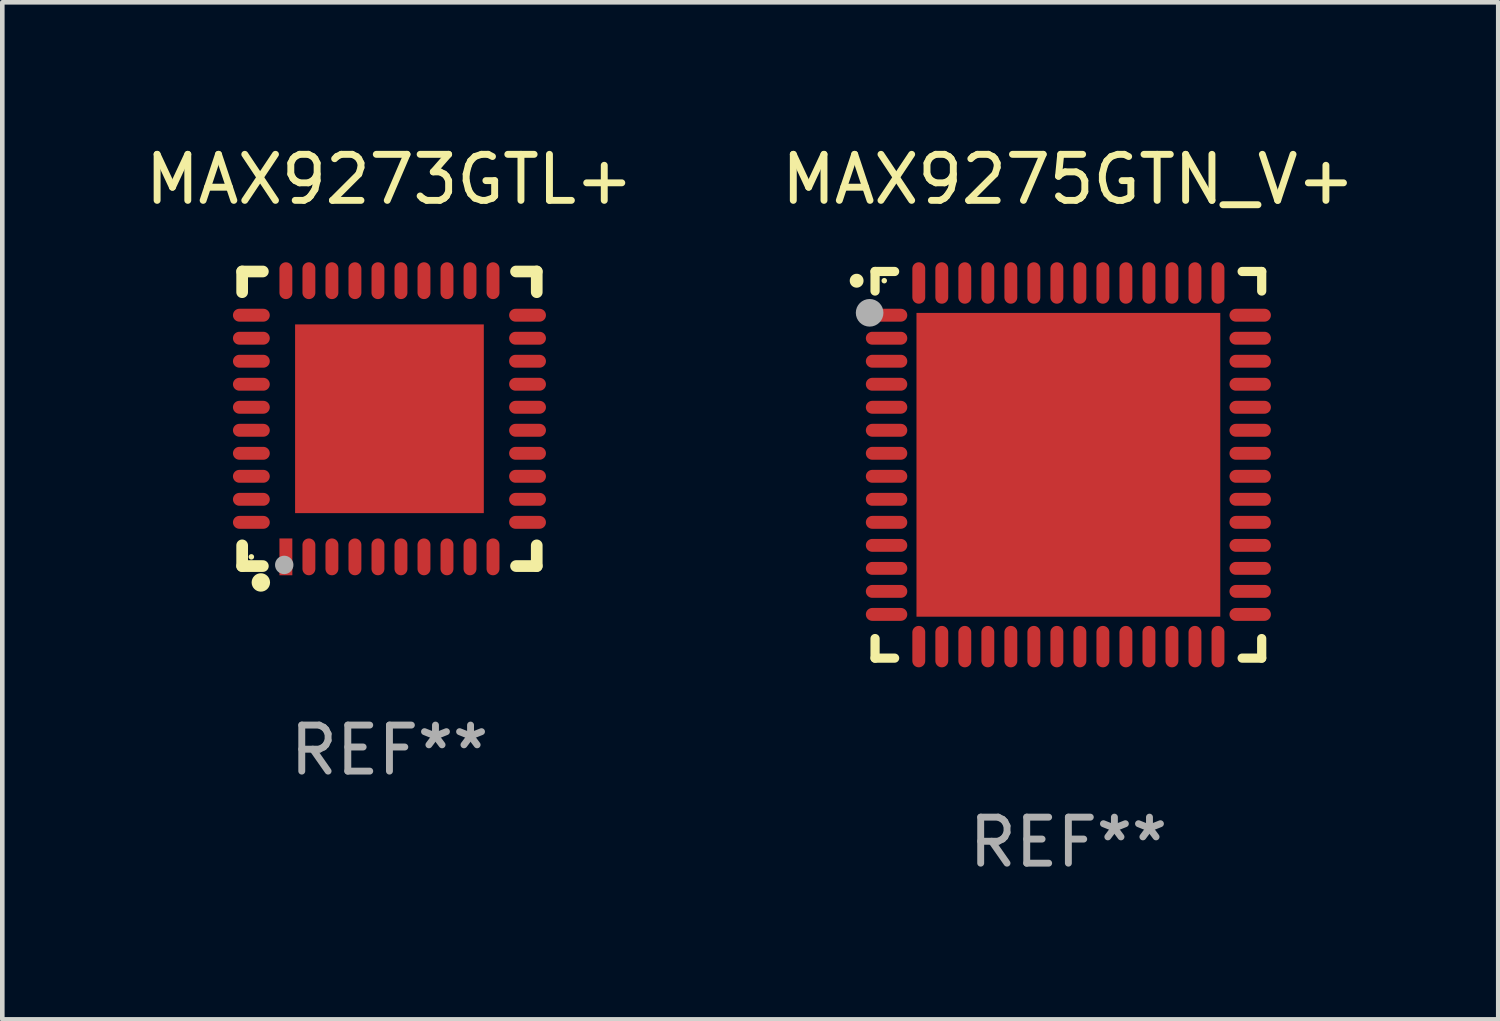
<source format=kicad_pcb>
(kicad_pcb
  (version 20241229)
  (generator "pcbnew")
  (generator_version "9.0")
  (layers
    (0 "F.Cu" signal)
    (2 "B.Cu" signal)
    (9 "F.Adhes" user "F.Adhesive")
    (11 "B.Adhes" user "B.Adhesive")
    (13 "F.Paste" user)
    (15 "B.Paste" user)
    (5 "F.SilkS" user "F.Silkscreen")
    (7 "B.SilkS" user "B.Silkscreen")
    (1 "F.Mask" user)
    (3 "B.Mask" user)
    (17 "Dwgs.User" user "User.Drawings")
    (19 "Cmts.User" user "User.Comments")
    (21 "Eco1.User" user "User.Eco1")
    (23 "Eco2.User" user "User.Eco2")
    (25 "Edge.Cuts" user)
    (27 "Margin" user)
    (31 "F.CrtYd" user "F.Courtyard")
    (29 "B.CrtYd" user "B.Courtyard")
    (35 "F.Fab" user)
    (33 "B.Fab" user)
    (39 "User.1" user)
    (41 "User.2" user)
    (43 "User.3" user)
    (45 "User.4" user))
  (footprint "MAX9275GTN_V+"
    (layer "F.Cu")
    (at 20.161 7.048)
    (property "Reference" "MAX9275GTN_V+" (at 0 -6.2 0) (layer "F.SilkS") (effects (font (size 1 1) (thickness 0.15))))
    (attr through_hole)
    (fp_line (start -4.2 -4.2) (end -3.775 -4.2) (stroke (width 0.2) (type solid)) (layer "F.SilkS"))
    (fp_line (start -4.2 -3.775) (end -4.2 -4.2) (stroke (width 0.2) (type solid)) (layer "F.SilkS"))
    (fp_line (start -4.2 3.775) (end -4.2 4.2) (stroke (width 0.2) (type solid)) (layer "F.SilkS"))
    (fp_line (start -4.2 4.2) (end -3.775 4.2) (stroke (width 0.2) (type solid)) (layer "F.SilkS"))
    (fp_line (start 3.775 4.2) (end 4.2 4.2) (stroke (width 0.2) (type solid)) (layer "F.SilkS"))
    (fp_line (start 4.2 -4.2) (end 3.775 -4.2) (stroke (width 0.2) (type solid)) (layer "F.SilkS"))
    (fp_line (start 4.2 -3.775) (end 4.2 -4.2) (stroke (width 0.2) (type solid)) (layer "F.SilkS"))
    (fp_line (start 4.2 4.2) (end 4.2 3.775) (stroke (width 0.2) (type solid)) (layer "F.SilkS"))
    (fp_arc (start -4.599949 -3.997968) (mid -4.599954 -3.999238) (end -4.599949 -4.000508) (stroke (width 0.3) (type solid)) (layer "F.SilkS"))
    (fp_circle (center -4 -4) (end -3.97 -4) (stroke (width 0.06) (type solid)) (fill no) (layer "F.SilkS"))
    (fp_circle (center -4.318 -3.302) (end -4.168 -3.302) (stroke (width 0.3) (type solid)) (fill no) (layer "F.Fab"))
    (fp_text user "REF**" (at 0 8.2 0) (layer "F.Fab") (effects (font (size 1 1) (thickness 0.15))))
    (pad "1" smd oval (at -3.95 -3.25 90) (size 0.28 0.9) (layers "F.Cu" "F.Mask" "F.Paste"))
    (pad "2" smd oval (at -3.95 -2.75 90) (size 0.28 0.9) (layers "F.Cu" "F.Mask" "F.Paste"))
    (pad "3" smd oval (at -3.95 -2.25 90) (size 0.28 0.9) (layers "F.Cu" "F.Mask" "F.Paste"))
    (pad "4" smd oval (at -3.95 -1.75 90) (size 0.28 0.9) (layers "F.Cu" "F.Mask" "F.Paste"))
    (pad "5" smd oval (at -3.95 -1.25 90) (size 0.28 0.9) (layers "F.Cu" "F.Mask" "F.Paste"))
    (pad "6" smd oval (at -3.95 -0.75 90) (size 0.28 0.9) (layers "F.Cu" "F.Mask" "F.Paste"))
    (pad "7" smd oval (at -3.95 -0.25 90) (size 0.28 0.9) (layers "F.Cu" "F.Mask" "F.Paste"))
    (pad "8" smd oval (at -3.95 0.25 90) (size 0.28 0.9) (layers "F.Cu" "F.Mask" "F.Paste"))
    (pad "9" smd oval (at -3.95 0.75 90) (size 0.28 0.9) (layers "F.Cu" "F.Mask" "F.Paste"))
    (pad "10" smd oval (at -3.95 1.25 90) (size 0.28 0.9) (layers "F.Cu" "F.Mask" "F.Paste"))
    (pad "11" smd oval (at -3.95 1.75 90) (size 0.28 0.9) (layers "F.Cu" "F.Mask" "F.Paste"))
    (pad "12" smd oval (at -3.95 2.25 90) (size 0.28 0.9) (layers "F.Cu" "F.Mask" "F.Paste"))
    (pad "13" smd oval (at -3.95 2.75 90) (size 0.28 0.9) (layers "F.Cu" "F.Mask" "F.Paste"))
    (pad "14" smd oval (at -3.95 3.25 90) (size 0.28 0.9) (layers "F.Cu" "F.Mask" "F.Paste"))
    (pad "15" smd oval (at -3.25 3.95) (size 0.28 0.9) (layers "F.Cu" "F.Mask" "F.Paste"))
    (pad "16" smd oval (at -2.75 3.95) (size 0.28 0.9) (layers "F.Cu" "F.Mask" "F.Paste"))
    (pad "17" smd oval (at -2.25 3.95) (size 0.28 0.9) (layers "F.Cu" "F.Mask" "F.Paste"))
    (pad "18" smd oval (at -1.75 3.95) (size 0.28 0.9) (layers "F.Cu" "F.Mask" "F.Paste"))
    (pad "19" smd oval (at -1.25 3.95) (size 0.28 0.9) (layers "F.Cu" "F.Mask" "F.Paste"))
    (pad "20" smd oval (at -0.75 3.95) (size 0.28 0.9) (layers "F.Cu" "F.Mask" "F.Paste"))
    (pad "21" smd oval (at -0.25 3.95) (size 0.28 0.9) (layers "F.Cu" "F.Mask" "F.Paste"))
    (pad "22" smd oval (at 0.25 3.95) (size 0.28 0.9) (layers "F.Cu" "F.Mask" "F.Paste"))
    (pad "23" smd oval (at 0.75 3.95) (size 0.28 0.9) (layers "F.Cu" "F.Mask" "F.Paste"))
    (pad "24" smd oval (at 1.25 3.95) (size 0.28 0.9) (layers "F.Cu" "F.Mask" "F.Paste"))
    (pad "25" smd oval (at 1.75 3.95) (size 0.28 0.9) (layers "F.Cu" "F.Mask" "F.Paste"))
    (pad "26" smd oval (at 2.25 3.95) (size 0.28 0.9) (layers "F.Cu" "F.Mask" "F.Paste"))
    (pad "27" smd oval (at 2.75 3.95) (size 0.28 0.9) (layers "F.Cu" "F.Mask" "F.Paste"))
    (pad "28" smd oval (at 3.25 3.95) (size 0.28 0.9) (layers "F.Cu" "F.Mask" "F.Paste"))
    (pad "29" smd oval (at 3.95 3.25 90) (size 0.28 0.9) (layers "F.Cu" "F.Mask" "F.Paste"))
    (pad "30" smd oval (at 3.95 2.75 90) (size 0.28 0.9) (layers "F.Cu" "F.Mask" "F.Paste"))
    (pad "31" smd oval (at 3.95 2.25 90) (size 0.28 0.9) (layers "F.Cu" "F.Mask" "F.Paste"))
    (pad "32" smd oval (at 3.95 1.75 90) (size 0.28 0.9) (layers "F.Cu" "F.Mask" "F.Paste"))
    (pad "33" smd oval (at 3.95 1.25 90) (size 0.28 0.9) (layers "F.Cu" "F.Mask" "F.Paste"))
    (pad "34" smd oval (at 3.95 0.75 90) (size 0.28 0.9) (layers "F.Cu" "F.Mask" "F.Paste"))
    (pad "35" smd oval (at 3.95 0.25 90) (size 0.28 0.9) (layers "F.Cu" "F.Mask" "F.Paste"))
    (pad "36" smd oval (at 3.95 -0.25 90) (size 0.28 0.9) (layers "F.Cu" "F.Mask" "F.Paste"))
    (pad "37" smd oval (at 3.95 -0.75 90) (size 0.28 0.9) (layers "F.Cu" "F.Mask" "F.Paste"))
    (pad "38" smd oval (at 3.95 -1.25 90) (size 0.28 0.9) (layers "F.Cu" "F.Mask" "F.Paste"))
    (pad "39" smd oval (at 3.95 -1.75 90) (size 0.28 0.9) (layers "F.Cu" "F.Mask" "F.Paste"))
    (pad "40" smd oval (at 3.95 -2.25 90) (size 0.28 0.9) (layers "F.Cu" "F.Mask" "F.Paste"))
    (pad "41" smd oval (at 3.95 -2.75 90) (size 0.28 0.9) (layers "F.Cu" "F.Mask" "F.Paste"))
    (pad "42" smd oval (at 3.95 -3.25 90) (size 0.28 0.9) (layers "F.Cu" "F.Mask" "F.Paste"))
    (pad "43" smd oval (at 3.25 -3.95) (size 0.28 0.9) (layers "F.Cu" "F.Mask" "F.Paste"))
    (pad "44" smd oval (at 2.75 -3.95) (size 0.28 0.9) (layers "F.Cu" "F.Mask" "F.Paste"))
    (pad "45" smd oval (at 2.25 -3.95) (size 0.28 0.9) (layers "F.Cu" "F.Mask" "F.Paste"))
    (pad "46" smd oval (at 1.75 -3.95) (size 0.28 0.9) (layers "F.Cu" "F.Mask" "F.Paste"))
    (pad "47" smd oval (at 1.25 -3.95) (size 0.28 0.9) (layers "F.Cu" "F.Mask" "F.Paste"))
    (pad "48" smd oval (at 0.75 -3.95) (size 0.28 0.9) (layers "F.Cu" "F.Mask" "F.Paste"))
    (pad "49" smd oval (at 0.25 -3.95) (size 0.28 0.9) (layers "F.Cu" "F.Mask" "F.Paste"))
    (pad "50" smd oval (at -0.25 -3.95) (size 0.28 0.9) (layers "F.Cu" "F.Mask" "F.Paste"))
    (pad "51" smd oval (at -0.75 -3.95) (size 0.28 0.9) (layers "F.Cu" "F.Mask" "F.Paste"))
    (pad "52" smd oval (at -1.25 -3.95) (size 0.28 0.9) (layers "F.Cu" "F.Mask" "F.Paste"))
    (pad "53" smd oval (at -1.75 -3.95) (size 0.28 0.9) (layers "F.Cu" "F.Mask" "F.Paste"))
    (pad "54" smd oval (at -2.25 -3.95) (size 0.28 0.9) (layers "F.Cu" "F.Mask" "F.Paste"))
    (pad "55" smd oval (at -2.75 -3.95) (size 0.28 0.9) (layers "F.Cu" "F.Mask" "F.Paste"))
    (pad "56" smd oval (at -3.25 -3.95) (size 0.28 0.9) (layers "F.Cu" "F.Mask" "F.Paste"))
    (pad "57" smd rect (at 0 0.000051) (size 6.6 6.6) (layers "F.Cu" "F.Mask" "F.Paste")))
  (footprint "MAX9273GTL+"
    (layer "F.Cu")
    (at 5.411 6.048)
    (property "Reference" "MAX9273GTL+" (at 0 -5.2 0) (layer "F.SilkS") (effects (font (size 1 1) (thickness 0.15))))
    (attr through_hole)
    (fp_line (start -3.2 -3.2) (end -3.2 -2.75) (stroke (width 0.254) (type solid)) (layer "F.SilkS"))
    (fp_line (start -3.2 3.2) (end -3.2 2.75) (stroke (width 0.254) (type solid)) (layer "F.SilkS"))
    (fp_line (start -2.75 -3.2) (end -3.2 -3.2) (stroke (width 0.254) (type solid)) (layer "F.SilkS"))
    (fp_line (start -2.75 3.2) (end -3.2 3.2) (stroke (width 0.254) (type solid)) (layer "F.SilkS"))
    (fp_line (start 3.2 -3.2) (end 2.75 -3.2) (stroke (width 0.254) (type solid)) (layer "F.SilkS"))
    (fp_line (start 3.2 -2.75) (end 3.2 -3.2) (stroke (width 0.254) (type solid)) (layer "F.SilkS"))
    (fp_line (start 3.2 2.75) (end 3.2 3.2) (stroke (width 0.254) (type solid)) (layer "F.SilkS"))
    (fp_line (start 3.2 3.2) (end 2.75 3.2) (stroke (width 0.254) (type solid)) (layer "F.SilkS"))
    (fp_circle (center -3 3) (end -2.97 3) (stroke (width 0.06) (type solid)) (fill no) (layer "F.SilkS"))
    (fp_circle (center -2.794 3.556) (end -2.694 3.556) (stroke (width 0.2) (type solid)) (fill no) (layer "F.SilkS"))
    (fp_circle (center -2.286 3.175) (end -2.186 3.175) (stroke (width 0.2) (type solid)) (fill no) (layer "F.Fab"))
    (fp_text user "REF**" (at 0 7.2 0) (layer "F.Fab") (effects (font (size 1 1) (thickness 0.15))))
    (pad "1" smd rect (at -2.25 3 180) (size 0.28 0.8) (layers "F.Cu" "F.Mask" "F.Paste"))
    (pad "2" smd oval (at -1.75 3 180) (size 0.28 0.8) (layers "F.Cu" "F.Mask" "F.Paste"))
    (pad "3" smd oval (at -1.25 3 180) (size 0.28 0.8) (layers "F.Cu" "F.Mask" "F.Paste"))
    (pad "4" smd oval (at -0.75 3 180) (size 0.28 0.8) (layers "F.Cu" "F.Mask" "F.Paste"))
    (pad "5" smd oval (at -0.25 3 180) (size 0.28 0.8) (layers "F.Cu" "F.Mask" "F.Paste"))
    (pad "6" smd oval (at 0.25 3 180) (size 0.28 0.8) (layers "F.Cu" "F.Mask" "F.Paste"))
    (pad "7" smd oval (at 0.75 3 180) (size 0.28 0.8) (layers "F.Cu" "F.Mask" "F.Paste"))
    (pad "8" smd oval (at 1.25 3 180) (size 0.28 0.8) (layers "F.Cu" "F.Mask" "F.Paste"))
    (pad "9" smd oval (at 1.75 3 180) (size 0.28 0.8) (layers "F.Cu" "F.Mask" "F.Paste"))
    (pad "10" smd oval (at 2.25 3 180) (size 0.28 0.8) (layers "F.Cu" "F.Mask" "F.Paste"))
    (pad "11" smd oval (at 3 2.25 90) (size 0.28 0.8) (layers "F.Cu" "F.Mask" "F.Paste"))
    (pad "12" smd oval (at 3 1.75 90) (size 0.28 0.8) (layers "F.Cu" "F.Mask" "F.Paste"))
    (pad "13" smd oval (at 3 1.25 90) (size 0.28 0.8) (layers "F.Cu" "F.Mask" "F.Paste"))
    (pad "14" smd oval (at 3 0.75 90) (size 0.28 0.8) (layers "F.Cu" "F.Mask" "F.Paste"))
    (pad "15" smd oval (at 3 0.25 90) (size 0.28 0.8) (layers "F.Cu" "F.Mask" "F.Paste"))
    (pad "16" smd oval (at 3 -0.25 90) (size 0.28 0.8) (layers "F.Cu" "F.Mask" "F.Paste"))
    (pad "17" smd oval (at 3 -0.75 90) (size 0.28 0.8) (layers "F.Cu" "F.Mask" "F.Paste"))
    (pad "18" smd oval (at 3 -1.25 90) (size 0.28 0.8) (layers "F.Cu" "F.Mask" "F.Paste"))
    (pad "19" smd oval (at 3 -1.75 90) (size 0.28 0.8) (layers "F.Cu" "F.Mask" "F.Paste"))
    (pad "20" smd oval (at 3 -2.25 90) (size 0.28 0.8) (layers "F.Cu" "F.Mask" "F.Paste"))
    (pad "21" smd oval (at 2.25 -3 180) (size 0.28 0.8) (layers "F.Cu" "F.Mask" "F.Paste"))
    (pad "22" smd oval (at 1.75 -3 180) (size 0.28 0.8) (layers "F.Cu" "F.Mask" "F.Paste"))
    (pad "23" smd oval (at 1.25 -3 180) (size 0.28 0.8) (layers "F.Cu" "F.Mask" "F.Paste"))
    (pad "24" smd oval (at 0.75 -3 180) (size 0.28 0.8) (layers "F.Cu" "F.Mask" "F.Paste"))
    (pad "25" smd oval (at 0.25 -3 180) (size 0.28 0.8) (layers "F.Cu" "F.Mask" "F.Paste"))
    (pad "26" smd oval (at -0.25 -3 180) (size 0.28 0.8) (layers "F.Cu" "F.Mask" "F.Paste"))
    (pad "27" smd oval (at -0.75 -3 180) (size 0.28 0.8) (layers "F.Cu" "F.Mask" "F.Paste"))
    (pad "28" smd oval (at -1.25 -3 180) (size 0.28 0.8) (layers "F.Cu" "F.Mask" "F.Paste"))
    (pad "29" smd oval (at -1.75 -3 180) (size 0.28 0.8) (layers "F.Cu" "F.Mask" "F.Paste"))
    (pad "30" smd oval (at -2.25 -3 180) (size 0.28 0.8) (layers "F.Cu" "F.Mask" "F.Paste"))
    (pad "31" smd oval (at -3 -2.25 90) (size 0.28 0.8) (layers "F.Cu" "F.Mask" "F.Paste"))
    (pad "32" smd oval (at -3 -1.75 90) (size 0.28 0.8) (layers "F.Cu" "F.Mask" "F.Paste"))
    (pad "33" smd oval (at -3 -1.25 90) (size 0.28 0.8) (layers "F.Cu" "F.Mask" "F.Paste"))
    (pad "34" smd oval (at -3 -0.75 90) (size 0.28 0.8) (layers "F.Cu" "F.Mask" "F.Paste"))
    (pad "35" smd oval (at -3 -0.25 90) (size 0.28 0.8) (layers "F.Cu" "F.Mask" "F.Paste"))
    (pad "36" smd oval (at -3 0.25 90) (size 0.28 0.8) (layers "F.Cu" "F.Mask" "F.Paste"))
    (pad "37" smd oval (at -3 0.75 90) (size 0.28 0.8) (layers "F.Cu" "F.Mask" "F.Paste"))
    (pad "38" smd oval (at -3 1.25 90) (size 0.28 0.8) (layers "F.Cu" "F.Mask" "F.Paste"))
    (pad "39" smd oval (at -3 1.75 90) (size 0.28 0.8) (layers "F.Cu" "F.Mask" "F.Paste"))
    (pad "40" smd oval (at -3 2.25 90) (size 0.28 0.8) (layers "F.Cu" "F.Mask" "F.Paste"))
    (pad "41" smd rect (at 0.000025 0.000025 90) (size 4.1 4.1) (layers "F.Cu" "F.Mask" "F.Paste")))
  (gr_rect
    (start -3 -3)
    (end 29.5 19.096)
    (stroke (width 0.1) (type default))
    (fill no)
    (layer "Edge.Cuts")))
</source>
